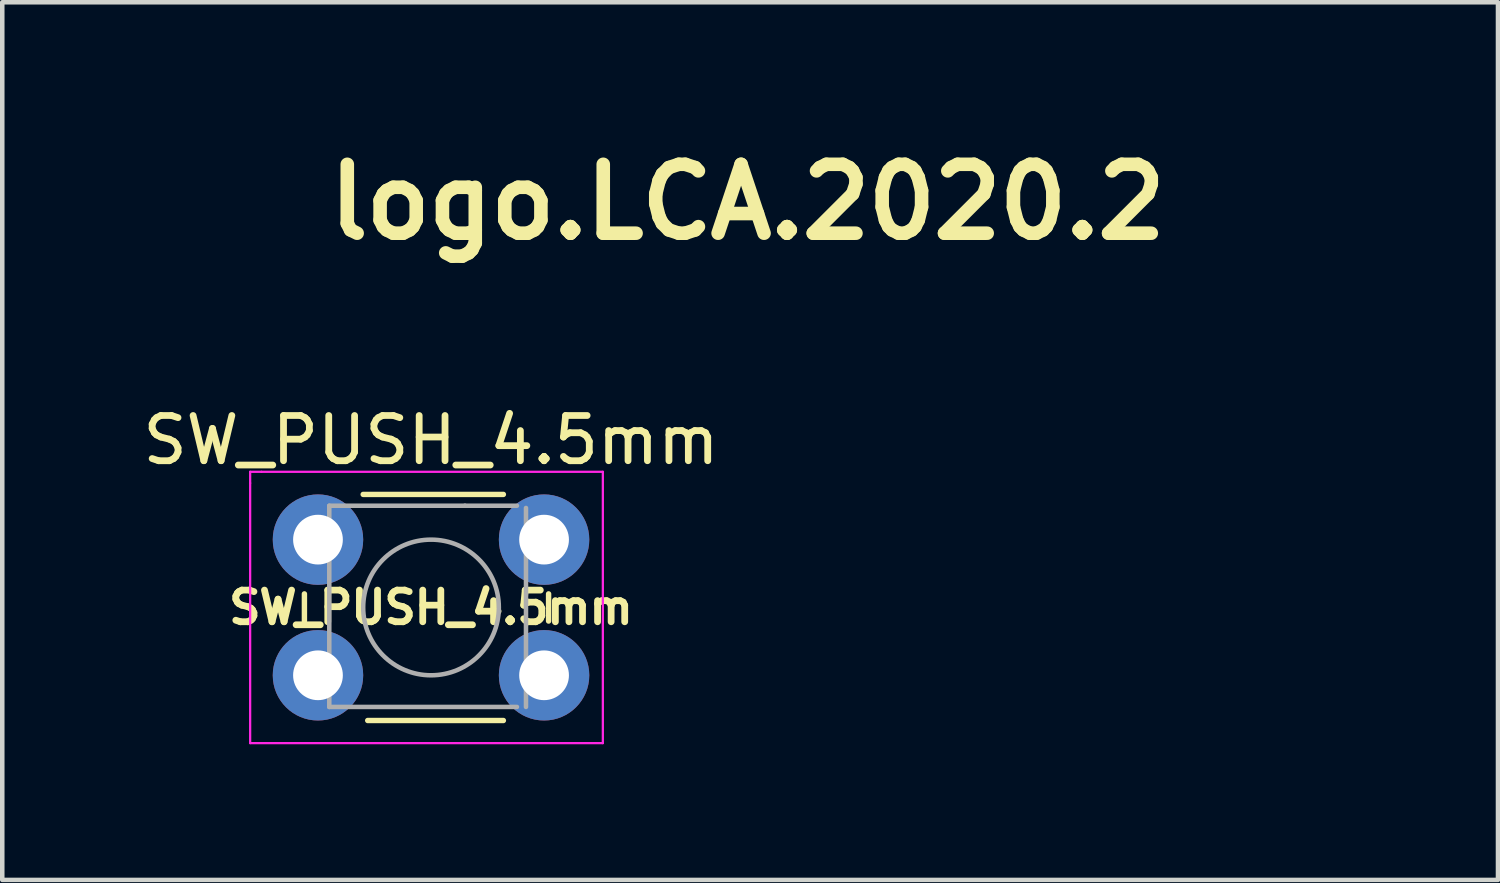
<source format=kicad_pcb>
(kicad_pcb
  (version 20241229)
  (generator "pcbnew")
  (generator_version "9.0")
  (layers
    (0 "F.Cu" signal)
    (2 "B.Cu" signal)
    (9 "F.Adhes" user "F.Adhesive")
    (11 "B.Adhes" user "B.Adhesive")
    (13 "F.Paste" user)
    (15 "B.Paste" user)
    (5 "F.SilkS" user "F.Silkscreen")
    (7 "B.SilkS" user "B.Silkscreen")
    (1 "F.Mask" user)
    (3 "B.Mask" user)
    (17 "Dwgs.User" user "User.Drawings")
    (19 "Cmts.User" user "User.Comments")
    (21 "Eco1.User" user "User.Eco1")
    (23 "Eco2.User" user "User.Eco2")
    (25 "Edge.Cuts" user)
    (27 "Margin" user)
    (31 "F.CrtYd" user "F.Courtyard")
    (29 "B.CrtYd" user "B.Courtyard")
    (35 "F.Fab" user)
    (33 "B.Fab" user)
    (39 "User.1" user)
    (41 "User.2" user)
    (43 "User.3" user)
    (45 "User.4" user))
  (footprint "SW_PUSH_4.5mm"
    (layer "F.Cu")
    (at 3.982 8.884)
    (property "Reference" "SW_PUSH_4.5mm" (at 2.5 -2.2 0) (layer "F.SilkS") (effects (font (size 1 1) (thickness 0.15))))
    (attr through_hole)
    (fp_line (start -0.3 1.2) (end -0.3 1.8) (stroke (width 0.12) (type solid)) (layer "F.SilkS"))
    (fp_line (start 1.1 4) (end 4.1 4) (stroke (width 0.12) (type solid)) (layer "F.SilkS"))
    (fp_line (start 4.1 -1) (end 1 -1) (stroke (width 0.12) (type solid)) (layer "F.SilkS"))
    (fp_line (start 5.1 1.8) (end 5.1 1.2) (stroke (width 0.12) (type solid)) (layer "F.SilkS"))
    (fp_line (start -1.5 -1.5) (end -1.25 -1.5) (stroke (width 0.05) (type solid)) (layer "F.CrtYd"))
    (fp_line (start -1.5 -1.25) (end -1.5 -1.5) (stroke (width 0.05) (type solid)) (layer "F.CrtYd"))
    (fp_line (start -1.5 4.5) (end -1.5 -1.25) (stroke (width 0.05) (type solid)) (layer "F.CrtYd"))
    (fp_line (start -1.25 -1.5) (end 6.3 -1.5) (stroke (width 0.05) (type solid)) (layer "F.CrtYd"))
    (fp_line (start 6.3 -1.5) (end 6.3 4.5) (stroke (width 0.05) (type solid)) (layer "F.CrtYd"))
    (fp_line (start 6.3 4.5) (end -1.5 4.5) (stroke (width 0.05) (type solid)) (layer "F.CrtYd"))
    (fp_line (start 0.25 -0.75) (end 3.25 -0.75) (stroke (width 0.1) (type solid)) (layer "F.Fab"))
    (fp_line (start 0.25 3.7) (end 0.25 -0.75) (stroke (width 0.1) (type solid)) (layer "F.Fab"))
    (fp_line (start 3.25 -0.75) (end 4.4 -0.75) (stroke (width 0.1) (type solid)) (layer "F.Fab"))
    (fp_line (start 4.4 3.7) (end 0.25 3.7) (stroke (width 0.1) (type solid)) (layer "F.Fab"))
    (fp_line (start 4.6 -0.7) (end 4.6 3.7) (stroke (width 0.1) (type solid)) (layer "F.Fab"))
    (fp_circle (center 2.5 1.5) (end 4 1.5) (stroke (width 0.1) (type solid)) (fill no) (layer "F.Fab"))
    (fp_text user "${REFERENCE}" (at 2.5 1.5 0) (layer "F.SilkS") (effects (font (size 0.7 0.7) (thickness 0.15))))
    (pad "1" thru_hole circle (at 0 0 90) (size 2 2) (drill 1.1) (layers "*.Cu" "*.Mask"))
    (pad "1" thru_hole circle (at 5 0 90) (size 2 2) (drill 1.1) (layers "*.Cu" "*.Mask"))
    (pad "2" thru_hole circle (at 0 3 90) (size 2 2) (drill 1.1) (layers "*.Cu" "*.Mask"))
    (pad "2" thru_hole circle (at 5 3 90) (size 2 2) (drill 1.1) (layers "*.Cu" "*.Mask")))
  (footprint "logo.LCA.2020.2"
    (layer "F.Cu")
    (at 13.484 1.418)
    (property "Reference" "logo.LCA.2020.2" (at 0 0 0) (layer "F.SilkS") (effects (font (size 1.524 1.524) (thickness 0.3))))
    (attr through_hole)
    (fp_poly (pts (xy -11.125 1.321) (xy -11.303 1.321) (xy -11.303 -1.27) (xy -11.125 -1.27) (xy -11.125 1.321)) (stroke (width 0.01) (type solid)) (fill yes) (layer "F.Mask"))
    (fp_poly (pts (xy -13.299 -0.057) (xy -13.297 1.156) (xy -12.55 1.158) (xy -11.803 1.16) (xy -11.803 1.312) (xy -13.479 1.312) (xy -13.479 -1.27) (xy -13.301 -1.27) (xy -13.299 -0.057)) (stroke (width 0.01) (type solid)) (fill yes) (layer "F.Mask"))
    (fp_poly (pts (xy -10.055 -1.266) (xy -9.175 -0.142) (xy -9.08 -0.02) (xy -8.988 0.097) (xy -8.899 0.21) (xy -8.814 0.319) (xy -8.734 0.421) (xy -8.658 0.517) (xy -8.588 0.606) (xy -8.523 0.687) (xy -8.466 0.759) (xy -8.415 0.823) (xy -8.372 0.876) (xy -8.338 0.919) (xy -8.312 0.951) (xy -8.295 0.97) (xy -8.288 0.977) (xy -8.288 0.977) (xy -8.287 0.968) (xy -8.286 0.943) (xy -8.285 0.902) (xy -8.284 0.846) (xy -8.283 0.776) (xy -8.283 0.692) (xy -8.282 0.595) (xy -8.282 0.486) (xy -8.281 0.365) (xy -8.281 0.233) (xy -8.281 0.09) (xy -8.28 -0.062) (xy -8.28 -0.149) (xy -8.28 -1.27) (xy -8.103 -1.27) (xy -8.103 1.321) (xy -8.251 1.32) (xy -9.135 0.191) (xy -9.231 0.069) (xy -9.323 -0.049) (xy -9.412 -0.162) (xy -9.498 -0.271) (xy -9.578 -0.374) (xy -9.654 -0.47) (xy -9.725 -0.559) (xy -9.789 -0.64) (xy -9.847 -0.713) (xy -9.898 -0.777) (xy -9.941 -0.831) (xy -9.976 -0.874) (xy -10.002 -0.906) (xy -10.019 -0.927) (xy -10.026 -0.934) (xy -10.026 -0.934) (xy -10.027 -0.926) (xy -10.028 -0.901) (xy -10.029 -0.861) (xy -10.029 -0.807) (xy -10.03 -0.741) (xy -10.031 -0.662) (xy -10.031 -0.573) (xy -10.032 -0.473) (xy -10.032 -0.364) (xy -10.032 -0.247) (xy -10.033 -0.124) (xy -10.033 0.006) (xy -10.033 0.141) (xy -10.033 0.195) (xy -10.033 1.321) (xy -10.202 1.321) (xy -10.202 -1.271) (xy -10.055 -1.266)) (stroke (width 0.01) (type solid)) (fill yes) (layer "F.Mask"))
    (fp_poly (pts (xy 11.693 -0.548) (xy 11.693 -0.435) (xy 11.693 -0.325) (xy 11.694 -0.218) (xy 11.694 -0.116) (xy 11.695 -0.021) (xy 11.696 0.065) (xy 11.697 0.142) (xy 11.698 0.207) (xy 11.699 0.259) (xy 11.7 0.296) (xy 11.701 0.309) (xy 11.713 0.441) (xy 11.734 0.56) (xy 11.763 0.666) (xy 11.802 0.761) (xy 11.852 0.847) (xy 11.911 0.923) (xy 11.962 0.975) (xy 12.047 1.042) (xy 12.143 1.096) (xy 12.249 1.137) (xy 12.323 1.156) (xy 12.376 1.164) (xy 12.44 1.171) (xy 12.51 1.174) (xy 12.582 1.176) (xy 12.649 1.174) (xy 12.708 1.169) (xy 12.712 1.169) (xy 12.832 1.146) (xy 12.941 1.111) (xy 13.039 1.062) (xy 13.126 1.001) (xy 13.203 0.927) (xy 13.268 0.84) (xy 13.322 0.741) (xy 13.364 0.631) (xy 13.394 0.509) (xy 13.41 0.394) (xy 13.412 0.367) (xy 13.414 0.323) (xy 13.415 0.263) (xy 13.417 0.187) (xy 13.418 0.096) (xy 13.418 -0.01) (xy 13.419 -0.131) (xy 13.419 -0.265) (xy 13.42 -0.414) (xy 13.42 -0.484) (xy 13.42 -1.27) (xy 13.589 -1.27) (xy 13.589 -0.453) (xy 13.589 -0.312) (xy 13.589 -0.187) (xy 13.589 -0.076) (xy 13.588 0.02) (xy 13.588 0.105) (xy 13.587 0.177) (xy 13.586 0.239) (xy 13.585 0.292) (xy 13.584 0.336) (xy 13.583 0.372) (xy 13.581 0.403) (xy 13.58 0.428) (xy 13.578 0.449) (xy 13.576 0.46) (xy 13.551 0.6) (xy 13.514 0.729) (xy 13.465 0.845) (xy 13.404 0.949) (xy 13.332 1.042) (xy 13.247 1.122) (xy 13.151 1.19) (xy 13.043 1.245) (xy 12.923 1.289) (xy 12.809 1.317) (xy 12.778 1.321) (xy 12.735 1.325) (xy 12.683 1.329) (xy 12.627 1.332) (xy 12.57 1.334) (xy 12.516 1.335) (xy 12.469 1.335) (xy 12.432 1.334) (xy 12.416 1.333) (xy 12.301 1.313) (xy 12.2 1.29) (xy 12.111 1.262) (xy 12.031 1.228) (xy 11.959 1.188) (xy 11.891 1.139) (xy 11.826 1.082) (xy 11.803 1.059) (xy 11.736 0.983) (xy 11.679 0.899) (xy 11.632 0.806) (xy 11.593 0.702) (xy 11.561 0.585) (xy 11.543 0.495) (xy 11.54 0.481) (xy 11.538 0.463) (xy 11.537 0.442) (xy 11.535 0.416) (xy 11.534 0.383) (xy 11.532 0.344) (xy 11.531 0.297) (xy 11.53 0.24) (xy 11.529 0.174) (xy 11.529 0.096) (xy 11.528 0.006) (xy 11.527 -0.097) (xy 11.527 -0.214) (xy 11.526 -0.347) (xy 11.526 -0.425) (xy 11.522 -1.27) (xy 11.692 -1.27) (xy 11.693 -0.548)) (stroke (width 0.01) (type solid)) (fill yes) (layer "F.Mask"))
    (fp_poly (pts (xy -7.027 -0.452) (xy -7.027 -0.308) (xy -7.027 -0.181) (xy -7.027 -0.068) (xy -7.027 0.032) (xy -7.026 0.119) (xy -7.025 0.194) (xy -7.024 0.26) (xy -7.023 0.316) (xy -7.021 0.365) (xy -7.018 0.406) (xy -7.015 0.442) (xy -7.012 0.474) (xy -7.008 0.502) (xy -7.003 0.527) (xy -6.997 0.552) (xy -6.991 0.576) (xy -6.984 0.602) (xy -6.98 0.616) (xy -6.94 0.728) (xy -6.888 0.828) (xy -6.824 0.916) (xy -6.748 0.992) (xy -6.66 1.056) (xy -6.562 1.107) (xy -6.454 1.144) (xy -6.405 1.156) (xy -6.353 1.164) (xy -6.288 1.171) (xy -6.218 1.174) (xy -6.146 1.176) (xy -6.079 1.174) (xy -6.021 1.169) (xy -6.016 1.169) (xy -5.896 1.147) (xy -5.788 1.111) (xy -5.689 1.062) (xy -5.602 1.001) (xy -5.526 0.927) (xy -5.46 0.84) (xy -5.407 0.741) (xy -5.364 0.63) (xy -5.334 0.508) (xy -5.318 0.4) (xy -5.316 0.373) (xy -5.314 0.329) (xy -5.313 0.269) (xy -5.312 0.193) (xy -5.311 0.1) (xy -5.31 -0.008) (xy -5.309 -0.133) (xy -5.309 -0.273) (xy -5.309 -0.428) (xy -5.309 -0.479) (xy -5.309 -1.27) (xy -5.139 -1.27) (xy -5.142 -0.404) (xy -5.142 -0.261) (xy -5.143 -0.134) (xy -5.143 -0.022) (xy -5.144 0.077) (xy -5.144 0.164) (xy -5.145 0.239) (xy -5.146 0.303) (xy -5.148 0.359) (xy -5.149 0.406) (xy -5.151 0.447) (xy -5.154 0.481) (xy -5.157 0.511) (xy -5.161 0.538) (xy -5.165 0.562) (xy -5.17 0.584) (xy -5.175 0.606) (xy -5.182 0.629) (xy -5.189 0.654) (xy -5.195 0.673) (xy -5.237 0.794) (xy -5.293 0.903) (xy -5.361 1.001) (xy -5.44 1.086) (xy -5.532 1.16) (xy -5.634 1.222) (xy -5.748 1.27) (xy -5.872 1.306) (xy -5.924 1.316) (xy -5.971 1.323) (xy -6.031 1.328) (xy -6.097 1.332) (xy -6.166 1.334) (xy -6.232 1.334) (xy -6.291 1.332) (xy -6.329 1.329) (xy -6.464 1.307) (xy -6.588 1.272) (xy -6.702 1.224) (xy -6.804 1.163) (xy -6.895 1.089) (xy -6.975 1.003) (xy -7.044 0.905) (xy -7.1 0.795) (xy -7.145 0.672) (xy -7.149 0.658) (xy -7.157 0.631) (xy -7.164 0.605) (xy -7.17 0.581) (xy -7.176 0.557) (xy -7.181 0.531) (xy -7.185 0.503) (xy -7.188 0.471) (xy -7.191 0.435) (xy -7.194 0.393) (xy -7.196 0.345) (xy -7.197 0.288) (xy -7.199 0.222) (xy -7.2 0.147) (xy -7.201 0.059) (xy -7.201 -0.04) (xy -7.202 -0.153) (xy -7.202 -0.281) (xy -7.203 -0.424) (xy -7.203 -0.43) (xy -7.206 -1.27) (xy -7.027 -1.27) (xy -7.027 -0.452)) (stroke (width 0.01) (type solid)) (fill yes) (layer "F.Mask"))
    (fp_poly (pts (xy 10.512 0.018) (xy 10.576 0.157) (xy 10.638 0.293) (xy 10.699 0.423) (xy 10.756 0.548) (xy 10.81 0.667) (xy 10.861 0.778) (xy 10.908 0.88) (xy 10.952 0.974) (xy 10.99 1.058) (xy 11.024 1.132) (xy 11.052 1.194) (xy 11.075 1.244) (xy 11.092 1.281) (xy 11.103 1.305) (xy 11.107 1.313) (xy 11.107 1.313) (xy 11.1 1.317) (xy 11.079 1.319) (xy 11.046 1.319) (xy 11.016 1.319) (xy 10.921 1.317) (xy 10.761 0.965) (xy 10.728 0.893) (xy 10.697 0.824) (xy 10.668 0.762) (xy 10.643 0.708) (xy 10.622 0.663) (xy 10.606 0.628) (xy 10.596 0.606) (xy 10.592 0.599) (xy 10.59 0.596) (xy 10.586 0.594) (xy 10.578 0.592) (xy 10.567 0.591) (xy 10.55 0.589) (xy 10.528 0.588) (xy 10.498 0.587) (xy 10.46 0.586) (xy 10.412 0.586) (xy 10.354 0.585) (xy 10.285 0.585) (xy 10.204 0.584) (xy 10.109 0.584) (xy 9.999 0.584) (xy 9.874 0.584) (xy 9.831 0.584) (xy 9.696 0.584) (xy 9.577 0.584) (xy 9.473 0.585) (xy 9.383 0.585) (xy 9.307 0.586) (xy 9.243 0.586) (xy 9.191 0.587) (xy 9.149 0.588) (xy 9.117 0.589) (xy 9.094 0.591) (xy 9.079 0.592) (xy 9.071 0.594) (xy 9.069 0.595) (xy 9.064 0.605) (xy 9.053 0.628) (xy 9.036 0.664) (xy 9.014 0.711) (xy 8.989 0.766) (xy 8.96 0.829) (xy 8.928 0.899) (xy 8.9 0.961) (xy 8.74 1.317) (xy 8.649 1.319) (xy 8.609 1.32) (xy 8.583 1.32) (xy 8.568 1.318) (xy 8.562 1.314) (xy 8.563 1.308) (xy 8.563 1.306) (xy 8.567 1.297) (xy 8.578 1.273) (xy 8.595 1.236) (xy 8.618 1.185) (xy 8.647 1.122) (xy 8.68 1.048) (xy 8.719 0.964) (xy 8.762 0.87) (xy 8.809 0.766) (xy 8.86 0.655) (xy 8.914 0.537) (xy 8.962 0.433) (xy 9.149 0.433) (xy 9.158 0.434) (xy 9.182 0.435) (xy 9.221 0.436) (xy 9.271 0.437) (xy 9.333 0.438) (xy 9.403 0.439) (xy 9.481 0.439) (xy 9.565 0.44) (xy 9.654 0.44) (xy 9.746 0.44) (xy 9.839 0.44) (xy 9.931 0.44) (xy 10.023 0.44) (xy 10.111 0.44) (xy 10.194 0.439) (xy 10.271 0.438) (xy 10.339 0.438) (xy 10.399 0.437) (xy 10.447 0.436) (xy 10.483 0.435) (xy 10.505 0.433) (xy 10.511 0.432) (xy 10.508 0.424) (xy 10.499 0.401) (xy 10.484 0.365) (xy 10.464 0.318) (xy 10.438 0.261) (xy 10.409 0.195) (xy 10.376 0.121) (xy 10.34 0.041) (xy 10.302 -0.045) (xy 10.262 -0.134) (xy 10.22 -0.226) (xy 10.178 -0.319) (xy 10.136 -0.412) (xy 10.094 -0.504) (xy 10.054 -0.593) (xy 10.015 -0.678) (xy 9.978 -0.758) (xy 9.944 -0.832) (xy 9.914 -0.898) (xy 9.887 -0.955) (xy 9.866 -1.001) (xy 9.849 -1.036) (xy 9.838 -1.058) (xy 9.833 -1.066) (xy 9.824 -1.073) (xy 9.817 -1.066) (xy 9.814 -1.058) (xy 9.809 -1.047) (xy 9.798 -1.022) (xy 9.781 -0.984) (xy 9.759 -0.934) (xy 9.731 -0.873) (xy 9.699 -0.802) (xy 9.663 -0.722) (xy 9.623 -0.634) (xy 9.581 -0.54) (xy 9.536 -0.44) (xy 9.489 -0.336) (xy 9.475 -0.306) (xy 9.428 -0.201) (xy 9.382 -0.1) (xy 9.34 -0.005) (xy 9.3 0.083) (xy 9.264 0.164) (xy 9.232 0.237) (xy 9.205 0.3) (xy 9.182 0.351) (xy 9.165 0.392) (xy 9.154 0.419) (xy 9.149 0.432) (xy 9.149 0.433) (xy 8.962 0.433) (xy 8.971 0.412) (xy 9.031 0.281) (xy 9.093 0.145) (xy 9.155 0.011) (xy 9.741 -1.27) (xy 9.83 -1.27) (xy 9.92 -1.27) (xy 10.512 0.018)) (stroke (width 0.01) (type solid)) (fill yes) (layer "F.Mask"))
    (fp_poly (pts (xy -2.567 -1.27) (xy -2.539 -1.268) (xy -2.524 -1.266) (xy -2.519 -1.261) (xy -2.52 -1.259) (xy -2.526 -1.251) (xy -2.541 -1.23) (xy -2.565 -1.198) (xy -2.596 -1.155) (xy -2.635 -1.102) (xy -2.68 -1.04) (xy -2.732 -0.971) (xy -2.788 -0.895) (xy -2.848 -0.813) (xy -2.912 -0.726) (xy -2.978 -0.636) (xy -2.979 -0.636) (xy -3.057 -0.53) (xy -3.125 -0.437) (xy -3.185 -0.356) (xy -3.236 -0.286) (xy -3.28 -0.226) (xy -3.316 -0.176) (xy -3.346 -0.134) (xy -3.37 -0.1) (xy -3.389 -0.072) (xy -3.402 -0.051) (xy -3.412 -0.035) (xy -3.418 -0.023) (xy -3.421 -0.015) (xy -3.422 -0.009) (xy -3.421 -0.005) (xy -3.42 -0.005) (xy -3.414 0.004) (xy -3.398 0.026) (xy -3.374 0.059) (xy -3.342 0.102) (xy -3.304 0.154) (xy -3.259 0.214) (xy -3.21 0.281) (xy -3.157 0.353) (xy -3.101 0.429) (xy -3.042 0.508) (xy -2.981 0.59) (xy -2.92 0.672) (xy -2.859 0.754) (xy -2.8 0.835) (xy -2.742 0.913) (xy -2.687 0.987) (xy -2.635 1.056) (xy -2.588 1.119) (xy -2.547 1.175) (xy -2.511 1.223) (xy -2.483 1.261) (xy -2.462 1.288) (xy -2.451 1.303) (xy -2.449 1.306) (xy -2.444 1.312) (xy -2.445 1.316) (xy -2.454 1.319) (xy -2.474 1.32) (xy -2.506 1.321) (xy -2.541 1.321) (xy -2.646 1.32) (xy -2.87 1.018) (xy -2.966 0.889) (xy -3.052 0.773) (xy -3.129 0.669) (xy -3.197 0.577) (xy -3.258 0.495) (xy -3.311 0.424) (xy -3.357 0.363) (xy -3.397 0.31) (xy -3.43 0.266) (xy -3.458 0.229) (xy -3.481 0.199) (xy -3.5 0.175) (xy -3.515 0.157) (xy -3.527 0.144) (xy -3.535 0.135) (xy -3.542 0.129) (xy -3.546 0.127) (xy -3.549 0.126) (xy -3.552 0.127) (xy -3.552 0.127) (xy -3.559 0.136) (xy -3.575 0.157) (xy -3.6 0.189) (xy -3.632 0.232) (xy -3.672 0.285) (xy -3.718 0.346) (xy -3.769 0.415) (xy -3.825 0.491) (xy -3.886 0.572) (xy -3.949 0.658) (xy -4.003 0.729) (xy -4.44 1.321) (xy -4.54 1.321) (xy -4.579 1.32) (xy -4.611 1.319) (xy -4.632 1.318) (xy -4.64 1.316) (xy -4.635 1.309) (xy -4.62 1.289) (xy -4.597 1.257) (xy -4.566 1.215) (xy -4.527 1.162) (xy -4.482 1.101) (xy -4.431 1.032) (xy -4.374 0.956) (xy -4.313 0.873) (xy -4.248 0.786) (xy -4.18 0.694) (xy -4.149 0.652) (xy -4.079 0.559) (xy -4.012 0.469) (xy -3.949 0.384) (xy -3.891 0.304) (xy -3.837 0.232) (xy -3.789 0.166) (xy -3.747 0.11) (xy -3.713 0.062) (xy -3.686 0.025) (xy -3.668 -0.001) (xy -3.659 -0.014) (xy -3.658 -0.016) (xy -3.663 -0.024) (xy -3.677 -0.045) (xy -3.7 -0.077) (xy -3.731 -0.12) (xy -3.769 -0.173) (xy -3.813 -0.234) (xy -3.864 -0.303) (xy -3.919 -0.379) (xy -3.979 -0.461) (xy -4.043 -0.548) (xy -4.11 -0.638) (xy -4.115 -0.645) (xy -4.572 -1.266) (xy -4.473 -1.268) (xy -4.43 -1.269) (xy -4.4 -1.268) (xy -4.381 -1.266) (xy -4.368 -1.262) (xy -4.36 -1.256) (xy -4.36 -1.255) (xy -4.353 -1.246) (xy -4.336 -1.225) (xy -4.311 -1.192) (xy -4.279 -1.148) (xy -4.239 -1.095) (xy -4.194 -1.034) (xy -4.143 -0.966) (xy -4.088 -0.891) (xy -4.029 -0.812) (xy -3.967 -0.728) (xy -3.951 -0.706) (xy -3.889 -0.622) (xy -3.829 -0.541) (xy -3.773 -0.466) (xy -3.722 -0.396) (xy -3.675 -0.334) (xy -3.634 -0.279) (xy -3.6 -0.234) (xy -3.573 -0.199) (xy -3.555 -0.175) (xy -3.546 -0.163) (xy -3.545 -0.162) (xy -3.541 -0.162) (xy -3.535 -0.166) (xy -3.525 -0.176) (xy -3.511 -0.192) (xy -3.492 -0.214) (xy -3.468 -0.244) (xy -3.439 -0.283) (xy -3.402 -0.33) (xy -3.359 -0.388) (xy -3.308 -0.456) (xy -3.249 -0.536) (xy -3.181 -0.627) (xy -3.119 -0.711) (xy -2.705 -1.27) (xy -2.609 -1.27) (xy -2.567 -1.27)) (stroke (width 0.01) (type solid)) (fill yes) (layer "F.Mask")))
  (gr_rect
    (start -3 -3)
    (end 30.078 16.409)
    (stroke (width 0.1) (type default))
    (fill no)
    (layer "Edge.Cuts")))
</source>
